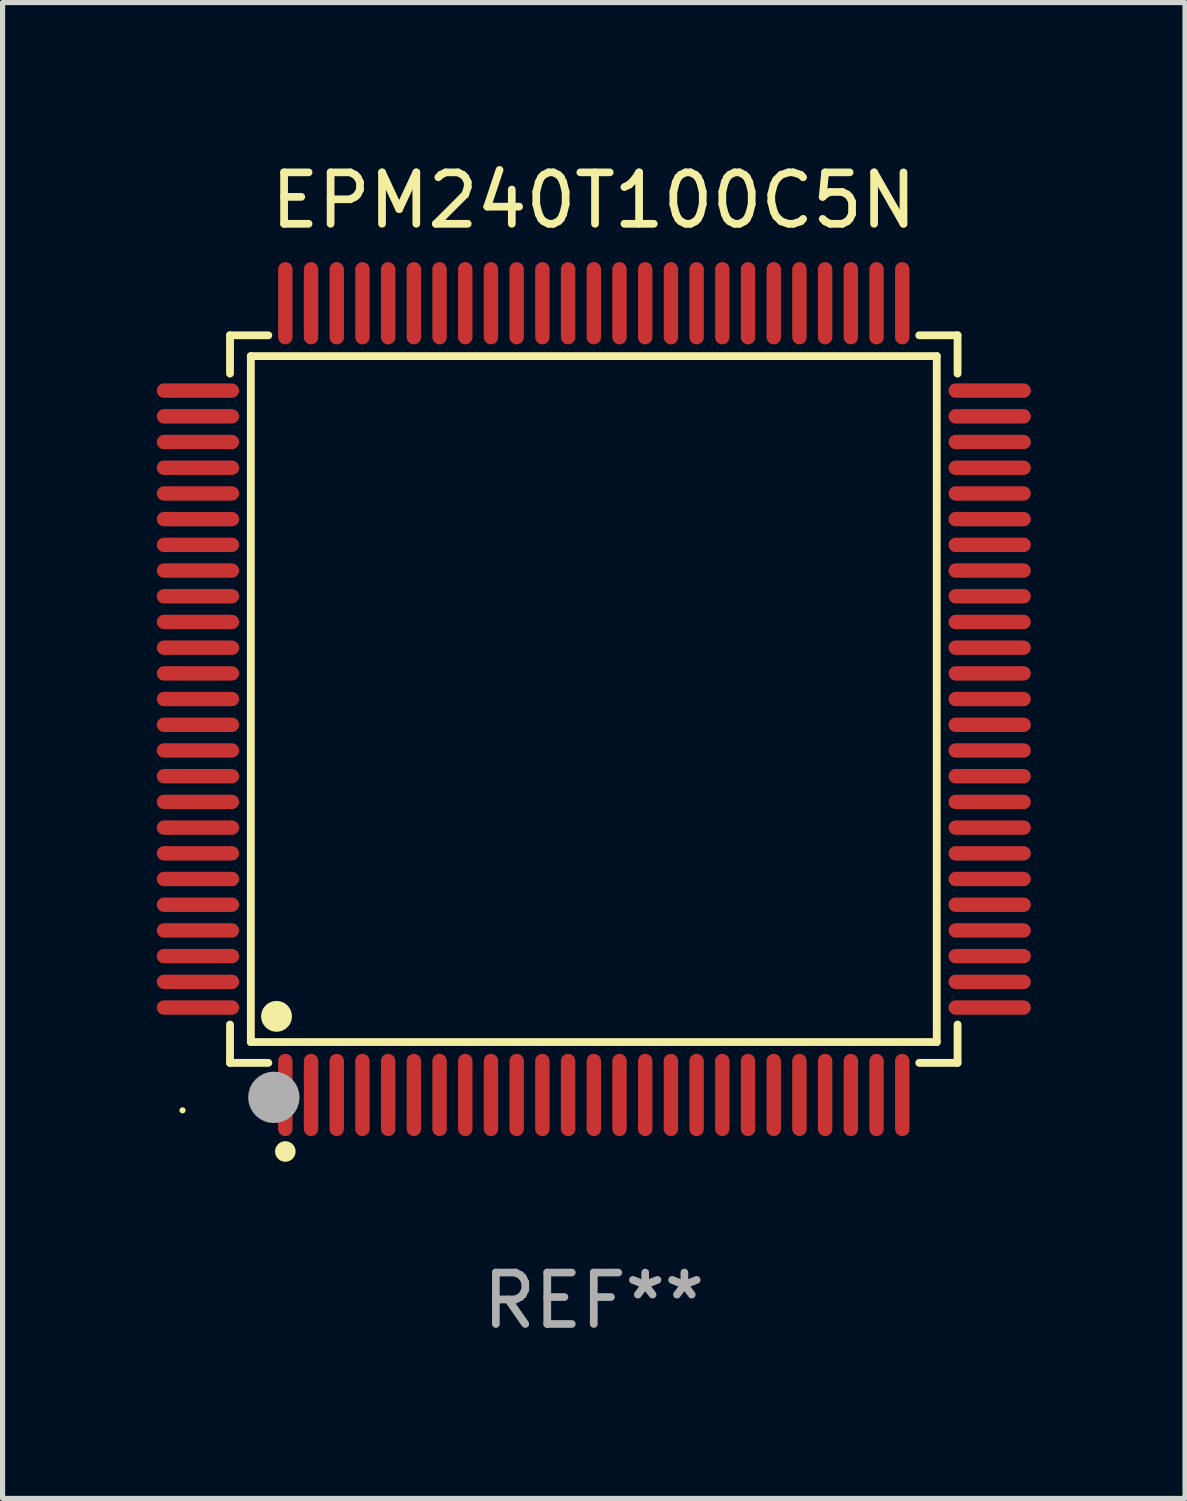
<source format=kicad_pcb>
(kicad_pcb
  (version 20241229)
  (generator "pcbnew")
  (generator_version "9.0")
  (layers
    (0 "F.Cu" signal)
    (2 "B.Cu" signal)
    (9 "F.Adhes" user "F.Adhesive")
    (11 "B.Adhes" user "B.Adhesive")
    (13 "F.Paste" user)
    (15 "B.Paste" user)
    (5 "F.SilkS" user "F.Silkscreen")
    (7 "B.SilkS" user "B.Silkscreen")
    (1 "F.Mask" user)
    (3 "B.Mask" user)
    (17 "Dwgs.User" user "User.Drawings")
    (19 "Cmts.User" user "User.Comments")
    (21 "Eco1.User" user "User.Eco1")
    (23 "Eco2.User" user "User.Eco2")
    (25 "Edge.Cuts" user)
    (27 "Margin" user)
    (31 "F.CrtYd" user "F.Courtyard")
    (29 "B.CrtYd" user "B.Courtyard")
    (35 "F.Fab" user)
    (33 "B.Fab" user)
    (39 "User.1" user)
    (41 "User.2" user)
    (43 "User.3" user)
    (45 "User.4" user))
  (footprint "EPM240T100C5N"
    (layer "F.Cu")
    (at 8.5 10.548)
    (property "Reference" "EPM240T100C5N" (at 0 -9.7 0) (layer "F.SilkS") (effects (font (size 1 1) (thickness 0.15))))
    (attr through_hole)
    (fp_line (start -7.076 -7.076) (end -6.331 -7.076) (stroke (width 0.152) (type solid)) (layer "F.SilkS"))
    (fp_line (start -7.076 -6.331) (end -7.076 -7.076) (stroke (width 0.152) (type solid)) (layer "F.SilkS"))
    (fp_line (start -7.076 6.331) (end -7.076 7.076) (stroke (width 0.152) (type solid)) (layer "F.SilkS"))
    (fp_line (start -7.076 7.076) (end -6.331 7.076) (stroke (width 0.152) (type solid)) (layer "F.SilkS"))
    (fp_line (start -6.671 -6.671) (end 6.671 -6.671) (stroke (width 0.152) (type solid)) (layer "F.SilkS"))
    (fp_line (start -6.671 6.671) (end -6.671 -6.671) (stroke (width 0.152) (type solid)) (layer "F.SilkS"))
    (fp_line (start 6.671 -6.671) (end 6.671 6.671) (stroke (width 0.152) (type solid)) (layer "F.SilkS"))
    (fp_line (start 6.671 6.671) (end -6.671 6.671) (stroke (width 0.152) (type solid)) (layer "F.SilkS"))
    (fp_line (start 7.076 -7.076) (end 6.331 -7.076) (stroke (width 0.152) (type solid)) (layer "F.SilkS"))
    (fp_line (start 7.076 -6.331) (end 7.076 -7.076) (stroke (width 0.152) (type solid)) (layer "F.SilkS"))
    (fp_line (start 7.076 6.331) (end 7.076 7.076) (stroke (width 0.152) (type solid)) (layer "F.SilkS"))
    (fp_line (start 7.076 7.076) (end 6.331 7.076) (stroke (width 0.152) (type solid)) (layer "F.SilkS"))
    (fp_circle (center -8 8) (end -7.97 8) (stroke (width 0.06) (type solid)) (fill no) (layer "F.SilkS"))
    (fp_circle (center -6.171 6.171) (end -6.021 6.171) (stroke (width 0.3) (type solid)) (fill no) (layer "F.SilkS"))
    (fp_circle (center -6 8.8) (end -5.9 8.8) (stroke (width 0.2) (type solid)) (fill no) (layer "F.SilkS"))
    (fp_circle (center -6.223 7.747) (end -5.973 7.747) (stroke (width 0.5) (type solid)) (fill no) (layer "F.Fab"))
    (fp_text user "REF**" (at 0 11.7 0) (layer "F.Fab") (effects (font (size 1 1) (thickness 0.15))))
    (pad "1" smd oval (at -6 7.7) (size 0.28 1.6) (layers "F.Cu" "F.Mask" "F.Paste"))
    (pad "2" smd oval (at -5.5 7.7) (size 0.28 1.6) (layers "F.Cu" "F.Mask" "F.Paste"))
    (pad "3" smd oval (at -5 7.7) (size 0.28 1.6) (layers "F.Cu" "F.Mask" "F.Paste"))
    (pad "4" smd oval (at -4.5 7.7) (size 0.28 1.6) (layers "F.Cu" "F.Mask" "F.Paste"))
    (pad "5" smd oval (at -4 7.7) (size 0.28 1.6) (layers "F.Cu" "F.Mask" "F.Paste"))
    (pad "6" smd oval (at -3.5 7.7) (size 0.28 1.6) (layers "F.Cu" "F.Mask" "F.Paste"))
    (pad "7" smd oval (at -3 7.7) (size 0.28 1.6) (layers "F.Cu" "F.Mask" "F.Paste"))
    (pad "8" smd oval (at -2.5 7.7) (size 0.28 1.6) (layers "F.Cu" "F.Mask" "F.Paste"))
    (pad "9" smd oval (at -2 7.7) (size 0.28 1.6) (layers "F.Cu" "F.Mask" "F.Paste"))
    (pad "10" smd oval (at -1.5 7.7) (size 0.28 1.6) (layers "F.Cu" "F.Mask" "F.Paste"))
    (pad "11" smd oval (at -1 7.7) (size 0.28 1.6) (layers "F.Cu" "F.Mask" "F.Paste"))
    (pad "12" smd oval (at -0.5 7.7) (size 0.28 1.6) (layers "F.Cu" "F.Mask" "F.Paste"))
    (pad "13" smd oval (at 0 7.7) (size 0.28 1.6) (layers "F.Cu" "F.Mask" "F.Paste"))
    (pad "14" smd oval (at 0.5 7.7) (size 0.28 1.6) (layers "F.Cu" "F.Mask" "F.Paste"))
    (pad "15" smd oval (at 1 7.7) (size 0.28 1.6) (layers "F.Cu" "F.Mask" "F.Paste"))
    (pad "16" smd oval (at 1.5 7.7) (size 0.28 1.6) (layers "F.Cu" "F.Mask" "F.Paste"))
    (pad "17" smd oval (at 2 7.7) (size 0.28 1.6) (layers "F.Cu" "F.Mask" "F.Paste"))
    (pad "18" smd oval (at 2.5 7.7) (size 0.28 1.6) (layers "F.Cu" "F.Mask" "F.Paste"))
    (pad "19" smd oval (at 3 7.7) (size 0.28 1.6) (layers "F.Cu" "F.Mask" "F.Paste"))
    (pad "20" smd oval (at 3.5 7.7) (size 0.28 1.6) (layers "F.Cu" "F.Mask" "F.Paste"))
    (pad "21" smd oval (at 4 7.7) (size 0.28 1.6) (layers "F.Cu" "F.Mask" "F.Paste"))
    (pad "22" smd oval (at 4.5 7.7) (size 0.28 1.6) (layers "F.Cu" "F.Mask" "F.Paste"))
    (pad "23" smd oval (at 5 7.7) (size 0.28 1.6) (layers "F.Cu" "F.Mask" "F.Paste"))
    (pad "24" smd oval (at 5.5 7.7) (size 0.28 1.6) (layers "F.Cu" "F.Mask" "F.Paste"))
    (pad "25" smd oval (at 6 7.7) (size 0.28 1.6) (layers "F.Cu" "F.Mask" "F.Paste"))
    (pad "26" smd oval (at 7.7 6) (size 1.6 0.28) (layers "F.Cu" "F.Mask" "F.Paste"))
    (pad "27" smd oval (at 7.7 5.5) (size 1.6 0.28) (layers "F.Cu" "F.Mask" "F.Paste"))
    (pad "28" smd oval (at 7.7 5) (size 1.6 0.28) (layers "F.Cu" "F.Mask" "F.Paste"))
    (pad "29" smd oval (at 7.7 4.5) (size 1.6 0.28) (layers "F.Cu" "F.Mask" "F.Paste"))
    (pad "30" smd oval (at 7.7 4) (size 1.6 0.28) (layers "F.Cu" "F.Mask" "F.Paste"))
    (pad "31" smd oval (at 7.7 3.5) (size 1.6 0.28) (layers "F.Cu" "F.Mask" "F.Paste"))
    (pad "32" smd oval (at 7.7 3) (size 1.6 0.28) (layers "F.Cu" "F.Mask" "F.Paste"))
    (pad "33" smd oval (at 7.7 2.5) (size 1.6 0.28) (layers "F.Cu" "F.Mask" "F.Paste"))
    (pad "34" smd oval (at 7.7 2) (size 1.6 0.28) (layers "F.Cu" "F.Mask" "F.Paste"))
    (pad "35" smd oval (at 7.7 1.5) (size 1.6 0.28) (layers "F.Cu" "F.Mask" "F.Paste"))
    (pad "36" smd oval (at 7.7 1) (size 1.6 0.28) (layers "F.Cu" "F.Mask" "F.Paste"))
    (pad "37" smd oval (at 7.7 0.5) (size 1.6 0.28) (layers "F.Cu" "F.Mask" "F.Paste"))
    (pad "38" smd oval (at 7.7 0) (size 1.6 0.28) (layers "F.Cu" "F.Mask" "F.Paste"))
    (pad "39" smd oval (at 7.7 -0.5) (size 1.6 0.28) (layers "F.Cu" "F.Mask" "F.Paste"))
    (pad "40" smd oval (at 7.7 -1) (size 1.6 0.28) (layers "F.Cu" "F.Mask" "F.Paste"))
    (pad "41" smd oval (at 7.7 -1.5) (size 1.6 0.28) (layers "F.Cu" "F.Mask" "F.Paste"))
    (pad "42" smd oval (at 7.7 -2) (size 1.6 0.28) (layers "F.Cu" "F.Mask" "F.Paste"))
    (pad "43" smd oval (at 7.7 -2.5) (size 1.6 0.28) (layers "F.Cu" "F.Mask" "F.Paste"))
    (pad "44" smd oval (at 7.7 -3) (size 1.6 0.28) (layers "F.Cu" "F.Mask" "F.Paste"))
    (pad "45" smd oval (at 7.7 -3.5) (size 1.6 0.28) (layers "F.Cu" "F.Mask" "F.Paste"))
    (pad "46" smd oval (at 7.7 -4) (size 1.6 0.28) (layers "F.Cu" "F.Mask" "F.Paste"))
    (pad "47" smd oval (at 7.7 -4.5) (size 1.6 0.28) (layers "F.Cu" "F.Mask" "F.Paste"))
    (pad "48" smd oval (at 7.7 -5) (size 1.6 0.28) (layers "F.Cu" "F.Mask" "F.Paste"))
    (pad "49" smd oval (at 7.7 -5.5) (size 1.6 0.28) (layers "F.Cu" "F.Mask" "F.Paste"))
    (pad "50" smd oval (at 7.7 -6) (size 1.6 0.28) (layers "F.Cu" "F.Mask" "F.Paste"))
    (pad "51" smd oval (at 6 -7.7) (size 0.28 1.6) (layers "F.Cu" "F.Mask" "F.Paste"))
    (pad "52" smd oval (at 5.5 -7.7) (size 0.28 1.6) (layers "F.Cu" "F.Mask" "F.Paste"))
    (pad "53" smd oval (at 5 -7.7) (size 0.28 1.6) (layers "F.Cu" "F.Mask" "F.Paste"))
    (pad "54" smd oval (at 4.5 -7.7) (size 0.28 1.6) (layers "F.Cu" "F.Mask" "F.Paste"))
    (pad "55" smd oval (at 4 -7.7) (size 0.28 1.6) (layers "F.Cu" "F.Mask" "F.Paste"))
    (pad "56" smd oval (at 3.5 -7.7) (size 0.28 1.6) (layers "F.Cu" "F.Mask" "F.Paste"))
    (pad "57" smd oval (at 3 -7.7) (size 0.28 1.6) (layers "F.Cu" "F.Mask" "F.Paste"))
    (pad "58" smd oval (at 2.5 -7.7) (size 0.28 1.6) (layers "F.Cu" "F.Mask" "F.Paste"))
    (pad "59" smd oval (at 2 -7.7) (size 0.28 1.6) (layers "F.Cu" "F.Mask" "F.Paste"))
    (pad "60" smd oval (at 1.5 -7.7) (size 0.28 1.6) (layers "F.Cu" "F.Mask" "F.Paste"))
    (pad "61" smd oval (at 1 -7.7) (size 0.28 1.6) (layers "F.Cu" "F.Mask" "F.Paste"))
    (pad "62" smd oval (at 0.5 -7.7) (size 0.28 1.6) (layers "F.Cu" "F.Mask" "F.Paste"))
    (pad "63" smd oval (at 0 -7.7) (size 0.28 1.6) (layers "F.Cu" "F.Mask" "F.Paste"))
    (pad "64" smd oval (at -0.5 -7.7) (size 0.28 1.6) (layers "F.Cu" "F.Mask" "F.Paste"))
    (pad "65" smd oval (at -1 -7.7) (size 0.28 1.6) (layers "F.Cu" "F.Mask" "F.Paste"))
    (pad "66" smd oval (at -1.5 -7.7) (size 0.28 1.6) (layers "F.Cu" "F.Mask" "F.Paste"))
    (pad "67" smd oval (at -2 -7.7) (size 0.28 1.6) (layers "F.Cu" "F.Mask" "F.Paste"))
    (pad "68" smd oval (at -2.5 -7.7) (size 0.28 1.6) (layers "F.Cu" "F.Mask" "F.Paste"))
    (pad "69" smd oval (at -3 -7.7) (size 0.28 1.6) (layers "F.Cu" "F.Mask" "F.Paste"))
    (pad "70" smd oval (at -3.5 -7.7) (size 0.28 1.6) (layers "F.Cu" "F.Mask" "F.Paste"))
    (pad "71" smd oval (at -4 -7.7) (size 0.28 1.6) (layers "F.Cu" "F.Mask" "F.Paste"))
    (pad "72" smd oval (at -4.5 -7.7) (size 0.28 1.6) (layers "F.Cu" "F.Mask" "F.Paste"))
    (pad "73" smd oval (at -5 -7.7) (size 0.28 1.6) (layers "F.Cu" "F.Mask" "F.Paste"))
    (pad "74" smd oval (at -5.5 -7.7) (size 0.28 1.6) (layers "F.Cu" "F.Mask" "F.Paste"))
    (pad "75" smd oval (at -6 -7.7) (size 0.28 1.6) (layers "F.Cu" "F.Mask" "F.Paste"))
    (pad "76" smd oval (at -7.7 -6) (size 1.6 0.28) (layers "F.Cu" "F.Mask" "F.Paste"))
    (pad "77" smd oval (at -7.7 -5.5) (size 1.6 0.28) (layers "F.Cu" "F.Mask" "F.Paste"))
    (pad "78" smd oval (at -7.7 -5) (size 1.6 0.28) (layers "F.Cu" "F.Mask" "F.Paste"))
    (pad "79" smd oval (at -7.7 -4.5) (size 1.6 0.28) (layers "F.Cu" "F.Mask" "F.Paste"))
    (pad "80" smd oval (at -7.7 -4) (size 1.6 0.28) (layers "F.Cu" "F.Mask" "F.Paste"))
    (pad "81" smd oval (at -7.7 -3.5) (size 1.6 0.28) (layers "F.Cu" "F.Mask" "F.Paste"))
    (pad "82" smd oval (at -7.7 -3) (size 1.6 0.28) (layers "F.Cu" "F.Mask" "F.Paste"))
    (pad "83" smd oval (at -7.7 -2.5) (size 1.6 0.28) (layers "F.Cu" "F.Mask" "F.Paste"))
    (pad "84" smd oval (at -7.7 -2) (size 1.6 0.28) (layers "F.Cu" "F.Mask" "F.Paste"))
    (pad "85" smd oval (at -7.7 -1.5) (size 1.6 0.28) (layers "F.Cu" "F.Mask" "F.Paste"))
    (pad "86" smd oval (at -7.7 -1) (size 1.6 0.28) (layers "F.Cu" "F.Mask" "F.Paste"))
    (pad "87" smd oval (at -7.7 -0.5) (size 1.6 0.28) (layers "F.Cu" "F.Mask" "F.Paste"))
    (pad "88" smd oval (at -7.7 0) (size 1.6 0.28) (layers "F.Cu" "F.Mask" "F.Paste"))
    (pad "89" smd oval (at -7.7 0.5) (size 1.6 0.28) (layers "F.Cu" "F.Mask" "F.Paste"))
    (pad "90" smd oval (at -7.7 1) (size 1.6 0.28) (layers "F.Cu" "F.Mask" "F.Paste"))
    (pad "91" smd oval (at -7.7 1.5) (size 1.6 0.28) (layers "F.Cu" "F.Mask" "F.Paste"))
    (pad "92" smd oval (at -7.7 2) (size 1.6 0.28) (layers "F.Cu" "F.Mask" "F.Paste"))
    (pad "93" smd oval (at -7.7 2.5) (size 1.6 0.28) (layers "F.Cu" "F.Mask" "F.Paste"))
    (pad "94" smd oval (at -7.7 3) (size 1.6 0.28) (layers "F.Cu" "F.Mask" "F.Paste"))
    (pad "95" smd oval (at -7.7 3.5) (size 1.6 0.28) (layers "F.Cu" "F.Mask" "F.Paste"))
    (pad "96" smd oval (at -7.7 4) (size 1.6 0.28) (layers "F.Cu" "F.Mask" "F.Paste"))
    (pad "97" smd oval (at -7.7 4.5) (size 1.6 0.28) (layers "F.Cu" "F.Mask" "F.Paste"))
    (pad "98" smd oval (at -7.7 5) (size 1.6 0.28) (layers "F.Cu" "F.Mask" "F.Paste"))
    (pad "99" smd oval (at -7.7 5.5) (size 1.6 0.28) (layers "F.Cu" "F.Mask" "F.Paste"))
    (pad "100" smd oval (at -7.7 6) (size 1.6 0.28) (layers "F.Cu" "F.Mask" "F.Paste")))
  (gr_rect
    (start -3 -3)
    (end 20 26.097)
    (stroke (width 0.1) (type default))
    (fill no)
    (layer "Edge.Cuts")))
</source>
